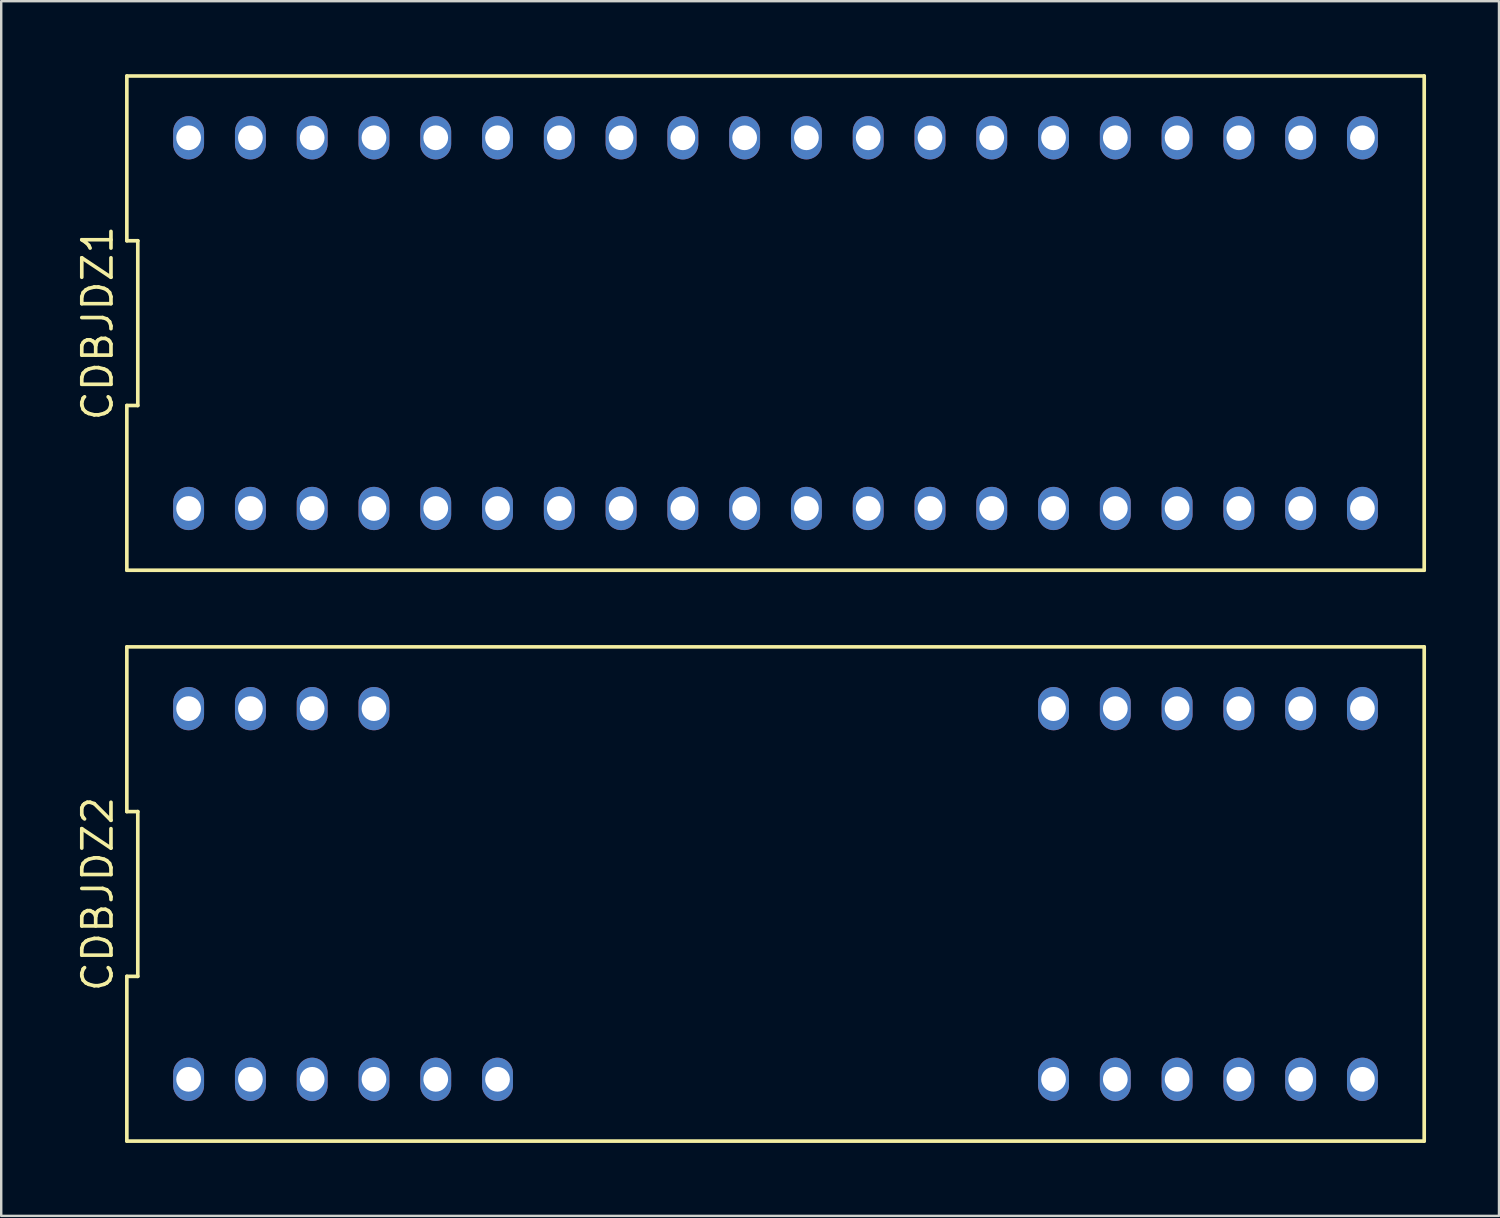
<source format=kicad_pcb>
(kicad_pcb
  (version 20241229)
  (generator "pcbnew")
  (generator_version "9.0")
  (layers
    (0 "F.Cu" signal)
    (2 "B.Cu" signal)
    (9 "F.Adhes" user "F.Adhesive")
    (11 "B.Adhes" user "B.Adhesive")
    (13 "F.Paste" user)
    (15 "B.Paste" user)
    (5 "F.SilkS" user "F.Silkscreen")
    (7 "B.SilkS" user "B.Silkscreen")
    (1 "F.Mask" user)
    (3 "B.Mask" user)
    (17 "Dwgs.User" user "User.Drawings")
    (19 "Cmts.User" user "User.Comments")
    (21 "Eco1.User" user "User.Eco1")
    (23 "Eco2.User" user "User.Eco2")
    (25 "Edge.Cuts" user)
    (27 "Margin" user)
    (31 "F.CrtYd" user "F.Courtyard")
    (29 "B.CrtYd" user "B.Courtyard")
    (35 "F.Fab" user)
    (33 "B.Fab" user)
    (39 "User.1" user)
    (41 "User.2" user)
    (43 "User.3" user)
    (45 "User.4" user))
  (footprint "CDBJDZ1"
    (layer "F.Cu")
    (at 28.835 10.235)
    (property "Reference" "CDBJDZ1" (at -27.87 0 90) (layer "F.SilkS") (effects (font (size 1.2 1.2) (thickness 0.15))))
    (attr through_hole)
    (fp_line (start -26.67 -10.16) (end -26.67 -3.387) (stroke (width 0.15) (type solid)) (layer "F.SilkS"))
    (fp_line (start -26.67 -3.387) (end -26.22 -3.387) (stroke (width 0.15) (type solid)) (layer "F.SilkS"))
    (fp_line (start -26.67 3.387) (end -26.67 10.16) (stroke (width 0.15) (type solid)) (layer "F.SilkS"))
    (fp_line (start -26.67 10.16) (end 26.67 10.16) (stroke (width 0.15) (type solid)) (layer "F.SilkS"))
    (fp_line (start -26.22 -3.387) (end -26.22 3.387) (stroke (width 0.15) (type solid)) (layer "F.SilkS"))
    (fp_line (start -26.22 3.387) (end -26.67 3.387) (stroke (width 0.15) (type solid)) (layer "F.SilkS"))
    (fp_line (start 26.67 -10.16) (end -26.67 -10.16) (stroke (width 0.15) (type solid)) (layer "F.SilkS"))
    (fp_line (start 26.67 10.16) (end 26.67 -10.16) (stroke (width 0.15) (type solid)) (layer "F.SilkS"))
    (pad "1" thru_hole oval (at -24.13 7.62) (size 1.27 1.778) (drill 1.016) (layers "*.Cu" "*.Mask"))
    (pad "2" thru_hole oval (at -21.59 7.62) (size 1.27 1.778) (drill 1.016) (layers "*.Cu" "*.Mask"))
    (pad "3" thru_hole oval (at -19.05 7.62) (size 1.27 1.778) (drill 1.016) (layers "*.Cu" "*.Mask"))
    (pad "4" thru_hole oval (at -16.51 7.62) (size 1.27 1.778) (drill 1.016) (layers "*.Cu" "*.Mask"))
    (pad "5" thru_hole oval (at -13.97 7.62) (size 1.27 1.778) (drill 1.016) (layers "*.Cu" "*.Mask"))
    (pad "6" thru_hole oval (at -11.43 7.62) (size 1.27 1.778) (drill 1.016) (layers "*.Cu" "*.Mask"))
    (pad "7" thru_hole oval (at -8.89 7.62) (size 1.27 1.778) (drill 1.016) (layers "*.Cu" "*.Mask"))
    (pad "8" thru_hole oval (at -6.35 7.62) (size 1.27 1.778) (drill 1.016) (layers "*.Cu" "*.Mask"))
    (pad "9" thru_hole oval (at -3.81 7.62) (size 1.27 1.778) (drill 1.016) (layers "*.Cu" "*.Mask"))
    (pad "10" thru_hole oval (at -1.27 7.62) (size 1.27 1.778) (drill 1.016) (layers "*.Cu" "*.Mask"))
    (pad "11" thru_hole oval (at 1.27 7.62) (size 1.27 1.778) (drill 1.016) (layers "*.Cu" "*.Mask"))
    (pad "12" thru_hole oval (at 3.81 7.62) (size 1.27 1.778) (drill 1.016) (layers "*.Cu" "*.Mask"))
    (pad "13" thru_hole oval (at 6.35 7.62) (size 1.27 1.778) (drill 1.016) (layers "*.Cu" "*.Mask"))
    (pad "14" thru_hole oval (at 8.89 7.62) (size 1.27 1.778) (drill 1.016) (layers "*.Cu" "*.Mask"))
    (pad "15" thru_hole oval (at 11.43 7.62) (size 1.27 1.778) (drill 1.016) (layers "*.Cu" "*.Mask"))
    (pad "16" thru_hole oval (at 13.97 7.62) (size 1.27 1.778) (drill 1.016) (layers "*.Cu" "*.Mask"))
    (pad "17" thru_hole oval (at 16.51 7.62) (size 1.27 1.778) (drill 1.016) (layers "*.Cu" "*.Mask"))
    (pad "18" thru_hole oval (at 19.05 7.62) (size 1.27 1.778) (drill 1.016) (layers "*.Cu" "*.Mask"))
    (pad "19" thru_hole oval (at 21.59 7.62) (size 1.27 1.778) (drill 1.016) (layers "*.Cu" "*.Mask"))
    (pad "20" thru_hole oval (at 24.13 7.62) (size 1.27 1.778) (drill 1.016) (layers "*.Cu" "*.Mask"))
    (pad "21" thru_hole oval (at 24.13 -7.62) (size 1.27 1.778) (drill 1.016) (layers "*.Cu" "*.Mask"))
    (pad "22" thru_hole oval (at 21.59 -7.62) (size 1.27 1.778) (drill 1.016) (layers "*.Cu" "*.Mask"))
    (pad "23" thru_hole oval (at 19.05 -7.62) (size 1.27 1.778) (drill 1.016) (layers "*.Cu" "*.Mask"))
    (pad "24" thru_hole oval (at 16.51 -7.62) (size 1.27 1.778) (drill 1.016) (layers "*.Cu" "*.Mask"))
    (pad "25" thru_hole oval (at 13.97 -7.62) (size 1.27 1.778) (drill 1.016) (layers "*.Cu" "*.Mask"))
    (pad "26" thru_hole oval (at 11.43 -7.62) (size 1.27 1.778) (drill 1.016) (layers "*.Cu" "*.Mask"))
    (pad "27" thru_hole oval (at 8.89 -7.62) (size 1.27 1.778) (drill 1.016) (layers "*.Cu" "*.Mask"))
    (pad "28" thru_hole oval (at 6.35 -7.62) (size 1.27 1.778) (drill 1.016) (layers "*.Cu" "*.Mask"))
    (pad "29" thru_hole oval (at 3.81 -7.62) (size 1.27 1.778) (drill 1.016) (layers "*.Cu" "*.Mask"))
    (pad "30" thru_hole oval (at 1.27 -7.62) (size 1.27 1.778) (drill 1.016) (layers "*.Cu" "*.Mask"))
    (pad "31" thru_hole oval (at -1.27 -7.62) (size 1.27 1.778) (drill 1.016) (layers "*.Cu" "*.Mask"))
    (pad "32" thru_hole oval (at -3.81 -7.62) (size 1.27 1.778) (drill 1.016) (layers "*.Cu" "*.Mask"))
    (pad "33" thru_hole oval (at -6.35 -7.62) (size 1.27 1.778) (drill 1.016) (layers "*.Cu" "*.Mask"))
    (pad "34" thru_hole oval (at -8.89 -7.62) (size 1.27 1.778) (drill 1.016) (layers "*.Cu" "*.Mask"))
    (pad "35" thru_hole oval (at -11.43 -7.62) (size 1.27 1.778) (drill 1.016) (layers "*.Cu" "*.Mask"))
    (pad "36" thru_hole oval (at -13.97 -7.62) (size 1.27 1.778) (drill 1.016) (layers "*.Cu" "*.Mask"))
    (pad "37" thru_hole oval (at -16.51 -7.62) (size 1.27 1.778) (drill 1.016) (layers "*.Cu" "*.Mask"))
    (pad "38" thru_hole oval (at -19.05 -7.62) (size 1.27 1.778) (drill 1.016) (layers "*.Cu" "*.Mask"))
    (pad "39" thru_hole oval (at -21.59 -7.62) (size 1.27 1.778) (drill 1.016) (layers "*.Cu" "*.Mask"))
    (pad "40" thru_hole oval (at -24.13 -7.62) (size 1.27 1.778) (drill 1.016) (layers "*.Cu" "*.Mask")))
  (footprint "CDBJDZ2"
    (layer "F.Cu")
    (at 28.835 33.705)
    (property "Reference" "CDBJDZ2" (at -27.87 0 90) (layer "F.SilkS") (effects (font (size 1.2 1.2) (thickness 0.15))))
    (attr through_hole)
    (fp_line (start -26.67 -10.16) (end -26.67 -3.387) (stroke (width 0.15) (type solid)) (layer "F.SilkS"))
    (fp_line (start -26.67 -3.387) (end -26.22 -3.387) (stroke (width 0.15) (type solid)) (layer "F.SilkS"))
    (fp_line (start -26.67 3.387) (end -26.67 10.16) (stroke (width 0.15) (type solid)) (layer "F.SilkS"))
    (fp_line (start -26.67 10.16) (end 26.67 10.16) (stroke (width 0.15) (type solid)) (layer "F.SilkS"))
    (fp_line (start -26.22 -3.387) (end -26.22 3.387) (stroke (width 0.15) (type solid)) (layer "F.SilkS"))
    (fp_line (start -26.22 3.387) (end -26.67 3.387) (stroke (width 0.15) (type solid)) (layer "F.SilkS"))
    (fp_line (start 26.67 -10.16) (end -26.67 -10.16) (stroke (width 0.15) (type solid)) (layer "F.SilkS"))
    (fp_line (start 26.67 10.16) (end 26.67 -10.16) (stroke (width 0.15) (type solid)) (layer "F.SilkS"))
    (pad "1" thru_hole oval (at -24.13 7.62) (size 1.27 1.778) (drill 1.016) (layers "*.Cu" "*.Mask"))
    (pad "2" thru_hole oval (at -21.59 7.62) (size 1.27 1.778) (drill 1.016) (layers "*.Cu" "*.Mask"))
    (pad "3" thru_hole oval (at -19.05 7.62) (size 1.27 1.778) (drill 1.016) (layers "*.Cu" "*.Mask"))
    (pad "4" thru_hole oval (at -16.51 7.62) (size 1.27 1.778) (drill 1.016) (layers "*.Cu" "*.Mask"))
    (pad "5" thru_hole oval (at -13.97 7.62) (size 1.27 1.778) (drill 1.016) (layers "*.Cu" "*.Mask"))
    (pad "6" thru_hole oval (at -11.43 7.62) (size 1.27 1.778) (drill 1.016) (layers "*.Cu" "*.Mask"))
    (pad "15" thru_hole oval (at 11.43 7.62) (size 1.27 1.778) (drill 1.016) (layers "*.Cu" "*.Mask"))
    (pad "16" thru_hole oval (at 13.97 7.62) (size 1.27 1.778) (drill 1.016) (layers "*.Cu" "*.Mask"))
    (pad "17" thru_hole oval (at 16.51 7.62) (size 1.27 1.778) (drill 1.016) (layers "*.Cu" "*.Mask"))
    (pad "18" thru_hole oval (at 19.05 7.62) (size 1.27 1.778) (drill 1.016) (layers "*.Cu" "*.Mask"))
    (pad "19" thru_hole oval (at 21.59 7.62) (size 1.27 1.778) (drill 1.016) (layers "*.Cu" "*.Mask"))
    (pad "20" thru_hole oval (at 24.13 7.62) (size 1.27 1.778) (drill 1.016) (layers "*.Cu" "*.Mask"))
    (pad "21" thru_hole oval (at 24.13 -7.62) (size 1.27 1.778) (drill 1.016) (layers "*.Cu" "*.Mask"))
    (pad "22" thru_hole oval (at 21.59 -7.62) (size 1.27 1.778) (drill 1.016) (layers "*.Cu" "*.Mask"))
    (pad "23" thru_hole oval (at 19.05 -7.62) (size 1.27 1.778) (drill 1.016) (layers "*.Cu" "*.Mask"))
    (pad "24" thru_hole oval (at 16.51 -7.62) (size 1.27 1.778) (drill 1.016) (layers "*.Cu" "*.Mask"))
    (pad "25" thru_hole oval (at 13.97 -7.62) (size 1.27 1.778) (drill 1.016) (layers "*.Cu" "*.Mask"))
    (pad "26" thru_hole oval (at 11.43 -7.62) (size 1.27 1.778) (drill 1.016) (layers "*.Cu" "*.Mask"))
    (pad "37" thru_hole oval (at -16.51 -7.62) (size 1.27 1.778) (drill 1.016) (layers "*.Cu" "*.Mask"))
    (pad "38" thru_hole oval (at -19.05 -7.62) (size 1.27 1.778) (drill 1.016) (layers "*.Cu" "*.Mask"))
    (pad "39" thru_hole oval (at -21.59 -7.62) (size 1.27 1.778) (drill 1.016) (layers "*.Cu" "*.Mask"))
    (pad "40" thru_hole oval (at -24.13 -7.62) (size 1.27 1.778) (drill 1.016) (layers "*.Cu" "*.Mask")))
  (gr_rect
    (start -3 -3)
    (end 58.58 46.94)
    (stroke (width 0.1) (type default))
    (fill no)
    (layer "Edge.Cuts")))
</source>
